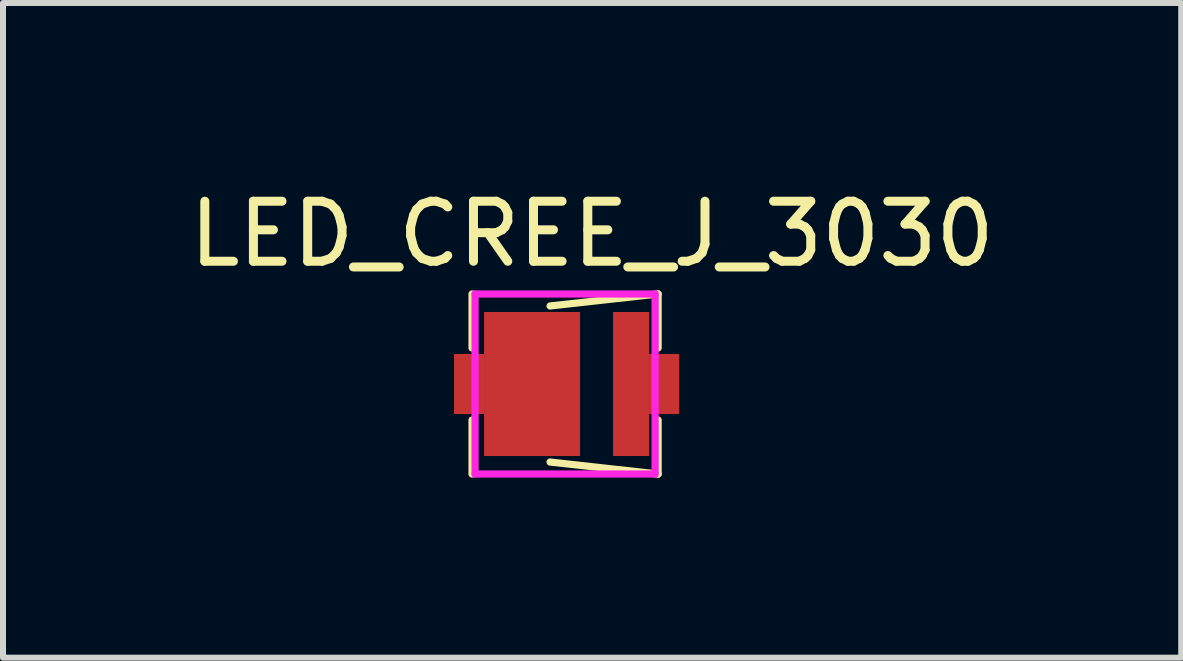
<source format=kicad_pcb>
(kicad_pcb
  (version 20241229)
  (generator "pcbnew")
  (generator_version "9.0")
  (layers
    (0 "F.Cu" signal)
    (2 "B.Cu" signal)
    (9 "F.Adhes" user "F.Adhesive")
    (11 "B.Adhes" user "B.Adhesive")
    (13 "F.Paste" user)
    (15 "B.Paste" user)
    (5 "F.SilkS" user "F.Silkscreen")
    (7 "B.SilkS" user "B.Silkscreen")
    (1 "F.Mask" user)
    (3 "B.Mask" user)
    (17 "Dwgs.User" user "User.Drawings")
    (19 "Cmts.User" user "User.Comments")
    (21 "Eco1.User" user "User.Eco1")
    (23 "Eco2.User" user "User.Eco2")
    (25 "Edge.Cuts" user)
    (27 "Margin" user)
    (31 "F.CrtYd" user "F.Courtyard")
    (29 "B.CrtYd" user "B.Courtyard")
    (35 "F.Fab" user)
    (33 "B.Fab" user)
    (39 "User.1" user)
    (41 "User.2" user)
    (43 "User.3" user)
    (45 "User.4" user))
  (footprint "LED_CREE_J_3030"
    (layer "F.Cu")
    (at 6.415 3.348)
    (property "Reference" "LED_CREE_J_3030" (at 0.4 -2.5 0) (layer "F.SilkS") (effects (font (size 1 1) (thickness 0.15))))
    (attr through_hole)
    (fp_line (start -1.6 -1.5) (end -1.6 -0.6) (stroke (width 0.12) (type solid)) (layer "F.SilkS"))
    (fp_line (start -1.6 0.6) (end -1.6 1.5) (stroke (width 0.12) (type solid)) (layer "F.SilkS"))
    (fp_line (start 1.5 -1.5) (end -0.3 -1.3) (stroke (width 0.12) (type solid)) (layer "F.SilkS"))
    (fp_line (start 1.5 -0.6) (end 1.5 -1.5) (stroke (width 0.12) (type solid)) (layer "F.SilkS"))
    (fp_line (start 1.5 0.6) (end 1.5 1.5) (stroke (width 0.12) (type solid)) (layer "F.SilkS"))
    (fp_line (start 1.5 1.5) (end -0.3 1.3) (stroke (width 0.12) (type solid)) (layer "F.SilkS"))
    (fp_line (start -1.55 -1.5) (end 1.45 -1.5) (stroke (width 0.12) (type solid)) (layer "F.CrtYd"))
    (fp_line (start -1.55 1.5) (end -1.55 -1.5) (stroke (width 0.12) (type solid)) (layer "F.CrtYd"))
    (fp_line (start 1.45 -1.5) (end 1.45 1.5) (stroke (width 0.12) (type solid)) (layer "F.CrtYd"))
    (fp_line (start 1.45 1.5) (end -1.55 1.5) (stroke (width 0.12) (type solid)) (layer "F.CrtYd"))
    (pad "1" smd rect (at -1.65 0) (size 0.5 1) (layers "F.Cu" "F.Mask" "F.Paste"))
    (pad "1" smd rect (at -0.6 0) (size 1.6 2.4) (layers "F.Cu" "F.Mask" "F.Paste"))
    (pad "2" smd rect (at 1.05 0) (size 0.6 2.4) (layers "F.Cu" "F.Mask" "F.Paste"))
    (pad "2" smd rect (at 1.6 0) (size 0.5 1) (layers "F.Cu" "F.Mask" "F.Paste")))
  (gr_rect
    (start -3 -3)
    (end 16.631 7.908)
    (stroke (width 0.1) (type default))
    (fill no)
    (layer "Edge.Cuts")))
</source>
